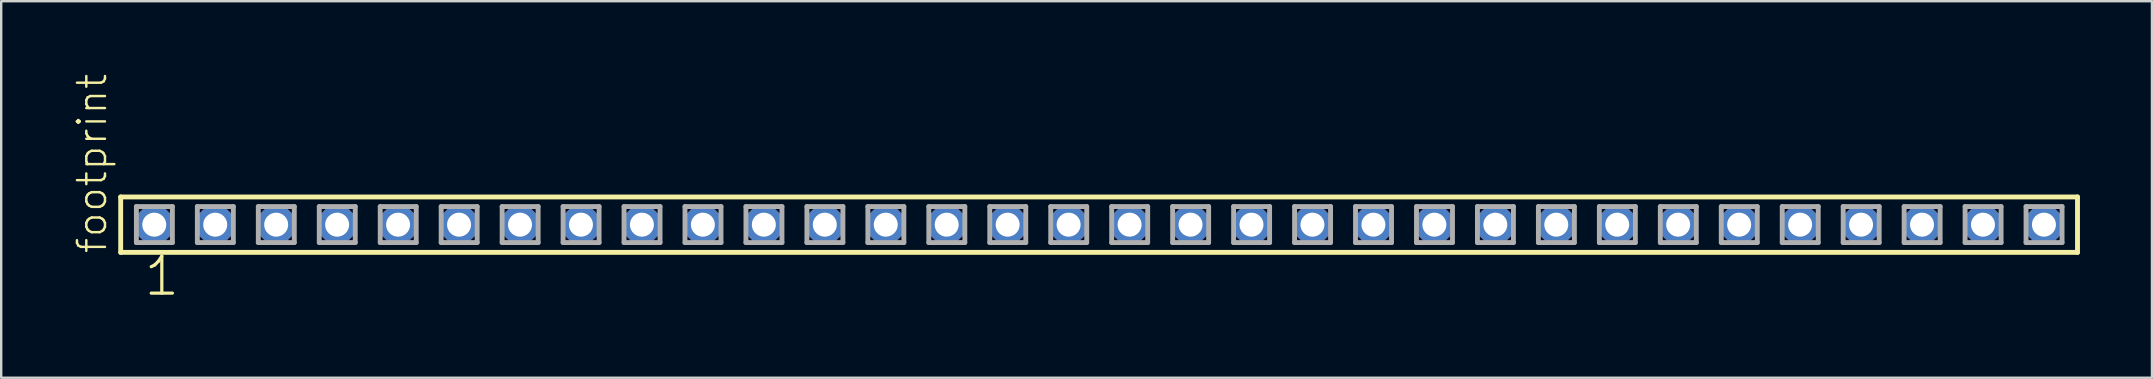
<source format=kicad_pcb>
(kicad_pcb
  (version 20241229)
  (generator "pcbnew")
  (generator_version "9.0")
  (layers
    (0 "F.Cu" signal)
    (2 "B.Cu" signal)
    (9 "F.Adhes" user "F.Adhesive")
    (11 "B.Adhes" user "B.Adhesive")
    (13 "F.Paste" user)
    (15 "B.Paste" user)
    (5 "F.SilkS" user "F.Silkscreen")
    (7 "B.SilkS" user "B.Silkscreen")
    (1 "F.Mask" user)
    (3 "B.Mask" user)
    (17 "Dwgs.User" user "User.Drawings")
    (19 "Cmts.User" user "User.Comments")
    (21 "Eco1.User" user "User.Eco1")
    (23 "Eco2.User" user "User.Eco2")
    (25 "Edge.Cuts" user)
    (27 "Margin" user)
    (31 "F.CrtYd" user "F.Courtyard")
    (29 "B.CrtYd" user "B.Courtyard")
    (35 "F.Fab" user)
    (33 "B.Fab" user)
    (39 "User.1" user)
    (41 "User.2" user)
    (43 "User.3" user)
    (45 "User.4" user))
  (footprint "footprint"
    (layer "F.Cu")
    (at 42.748 6.312)
    (property "Reference" "footprint" (at -41.275 1.27 90) (layer "F.SilkS") (effects (font (size 1.168 1.168) (thickness 0.102)) (justify left bottom)))
    (fp_line (start -40.769 -1.155) (end 40.769 -1.155) (stroke (width 0.203) (type solid)) (layer "F.SilkS"))
    (fp_line (start -40.769 1.155) (end -40.769 -1.155) (stroke (width 0.203) (type solid)) (layer "F.SilkS"))
    (fp_line (start 40.769 -1.155) (end 40.769 1.155) (stroke (width 0.203) (type solid)) (layer "F.SilkS"))
    (fp_line (start 40.769 1.155) (end -40.769 1.155) (stroke (width 0.203) (type solid)) (layer "F.SilkS"))
    (fp_line (start -40.115 -0.755) (end -38.615 -0.755) (stroke (width 0.203) (type solid)) (layer "F.Fab"))
    (fp_line (start -40.115 0.745) (end -40.115 -0.755) (stroke (width 0.203) (type solid)) (layer "F.Fab"))
    (fp_line (start -38.615 -0.755) (end -38.615 0.745) (stroke (width 0.203) (type solid)) (layer "F.Fab"))
    (fp_line (start -38.615 0.745) (end -40.115 0.745) (stroke (width 0.203) (type solid)) (layer "F.Fab"))
    (fp_line (start -37.575 -0.755) (end -36.075 -0.755) (stroke (width 0.203) (type solid)) (layer "F.Fab"))
    (fp_line (start -37.575 0.745) (end -37.575 -0.755) (stroke (width 0.203) (type solid)) (layer "F.Fab"))
    (fp_line (start -36.075 -0.755) (end -36.075 0.745) (stroke (width 0.203) (type solid)) (layer "F.Fab"))
    (fp_line (start -36.075 0.745) (end -37.575 0.745) (stroke (width 0.203) (type solid)) (layer "F.Fab"))
    (fp_line (start -35.035 -0.755) (end -33.535 -0.755) (stroke (width 0.203) (type solid)) (layer "F.Fab"))
    (fp_line (start -35.035 0.745) (end -35.035 -0.755) (stroke (width 0.203) (type solid)) (layer "F.Fab"))
    (fp_line (start -33.535 -0.755) (end -33.535 0.745) (stroke (width 0.203) (type solid)) (layer "F.Fab"))
    (fp_line (start -33.535 0.745) (end -35.035 0.745) (stroke (width 0.203) (type solid)) (layer "F.Fab"))
    (fp_line (start -32.495 -0.755) (end -30.995 -0.755) (stroke (width 0.203) (type solid)) (layer "F.Fab"))
    (fp_line (start -32.495 0.745) (end -32.495 -0.755) (stroke (width 0.203) (type solid)) (layer "F.Fab"))
    (fp_line (start -30.995 -0.755) (end -30.995 0.745) (stroke (width 0.203) (type solid)) (layer "F.Fab"))
    (fp_line (start -30.995 0.745) (end -32.495 0.745) (stroke (width 0.203) (type solid)) (layer "F.Fab"))
    (fp_line (start -29.955 -0.755) (end -28.455 -0.755) (stroke (width 0.203) (type solid)) (layer "F.Fab"))
    (fp_line (start -29.955 0.745) (end -29.955 -0.755) (stroke (width 0.203) (type solid)) (layer "F.Fab"))
    (fp_line (start -28.455 -0.755) (end -28.455 0.745) (stroke (width 0.203) (type solid)) (layer "F.Fab"))
    (fp_line (start -28.455 0.745) (end -29.955 0.745) (stroke (width 0.203) (type solid)) (layer "F.Fab"))
    (fp_line (start -27.415 -0.755) (end -25.915 -0.755) (stroke (width 0.203) (type solid)) (layer "F.Fab"))
    (fp_line (start -27.415 0.745) (end -27.415 -0.755) (stroke (width 0.203) (type solid)) (layer "F.Fab"))
    (fp_line (start -25.915 -0.755) (end -25.915 0.745) (stroke (width 0.203) (type solid)) (layer "F.Fab"))
    (fp_line (start -25.915 0.745) (end -27.415 0.745) (stroke (width 0.203) (type solid)) (layer "F.Fab"))
    (fp_line (start -24.875 -0.755) (end -23.375 -0.755) (stroke (width 0.203) (type solid)) (layer "F.Fab"))
    (fp_line (start -24.875 0.745) (end -24.875 -0.755) (stroke (width 0.203) (type solid)) (layer "F.Fab"))
    (fp_line (start -23.375 -0.755) (end -23.375 0.745) (stroke (width 0.203) (type solid)) (layer "F.Fab"))
    (fp_line (start -23.375 0.745) (end -24.875 0.745) (stroke (width 0.203) (type solid)) (layer "F.Fab"))
    (fp_line (start -22.335 -0.755) (end -20.835 -0.755) (stroke (width 0.203) (type solid)) (layer "F.Fab"))
    (fp_line (start -22.335 0.745) (end -22.335 -0.755) (stroke (width 0.203) (type solid)) (layer "F.Fab"))
    (fp_line (start -20.835 -0.755) (end -20.835 0.745) (stroke (width 0.203) (type solid)) (layer "F.Fab"))
    (fp_line (start -20.835 0.745) (end -22.335 0.745) (stroke (width 0.203) (type solid)) (layer "F.Fab"))
    (fp_line (start -19.795 -0.755) (end -18.295 -0.755) (stroke (width 0.203) (type solid)) (layer "F.Fab"))
    (fp_line (start -19.795 0.745) (end -19.795 -0.755) (stroke (width 0.203) (type solid)) (layer "F.Fab"))
    (fp_line (start -18.295 -0.755) (end -18.295 0.745) (stroke (width 0.203) (type solid)) (layer "F.Fab"))
    (fp_line (start -18.295 0.745) (end -19.795 0.745) (stroke (width 0.203) (type solid)) (layer "F.Fab"))
    (fp_line (start -17.255 -0.755) (end -15.755 -0.755) (stroke (width 0.203) (type solid)) (layer "F.Fab"))
    (fp_line (start -17.255 0.745) (end -17.255 -0.755) (stroke (width 0.203) (type solid)) (layer "F.Fab"))
    (fp_line (start -15.755 -0.755) (end -15.755 0.745) (stroke (width 0.203) (type solid)) (layer "F.Fab"))
    (fp_line (start -15.755 0.745) (end -17.255 0.745) (stroke (width 0.203) (type solid)) (layer "F.Fab"))
    (fp_line (start -14.715 -0.755) (end -13.215 -0.755) (stroke (width 0.203) (type solid)) (layer "F.Fab"))
    (fp_line (start -14.715 0.745) (end -14.715 -0.755) (stroke (width 0.203) (type solid)) (layer "F.Fab"))
    (fp_line (start -13.215 -0.755) (end -13.215 0.745) (stroke (width 0.203) (type solid)) (layer "F.Fab"))
    (fp_line (start -13.215 0.745) (end -14.715 0.745) (stroke (width 0.203) (type solid)) (layer "F.Fab"))
    (fp_line (start -12.175 -0.755) (end -10.675 -0.755) (stroke (width 0.203) (type solid)) (layer "F.Fab"))
    (fp_line (start -12.175 0.745) (end -12.175 -0.755) (stroke (width 0.203) (type solid)) (layer "F.Fab"))
    (fp_line (start -10.675 -0.755) (end -10.675 0.745) (stroke (width 0.203) (type solid)) (layer "F.Fab"))
    (fp_line (start -10.675 0.745) (end -12.175 0.745) (stroke (width 0.203) (type solid)) (layer "F.Fab"))
    (fp_line (start -9.635 -0.755) (end -8.135 -0.755) (stroke (width 0.203) (type solid)) (layer "F.Fab"))
    (fp_line (start -9.635 0.745) (end -9.635 -0.755) (stroke (width 0.203) (type solid)) (layer "F.Fab"))
    (fp_line (start -8.135 -0.755) (end -8.135 0.745) (stroke (width 0.203) (type solid)) (layer "F.Fab"))
    (fp_line (start -8.135 0.745) (end -9.635 0.745) (stroke (width 0.203) (type solid)) (layer "F.Fab"))
    (fp_line (start -7.095 -0.755) (end -5.595 -0.755) (stroke (width 0.203) (type solid)) (layer "F.Fab"))
    (fp_line (start -7.095 0.745) (end -7.095 -0.755) (stroke (width 0.203) (type solid)) (layer "F.Fab"))
    (fp_line (start -5.595 -0.755) (end -5.595 0.745) (stroke (width 0.203) (type solid)) (layer "F.Fab"))
    (fp_line (start -5.595 0.745) (end -7.095 0.745) (stroke (width 0.203) (type solid)) (layer "F.Fab"))
    (fp_line (start -4.555 -0.755) (end -3.055 -0.755) (stroke (width 0.203) (type solid)) (layer "F.Fab"))
    (fp_line (start -4.555 0.745) (end -4.555 -0.755) (stroke (width 0.203) (type solid)) (layer "F.Fab"))
    (fp_line (start -3.055 -0.755) (end -3.055 0.745) (stroke (width 0.203) (type solid)) (layer "F.Fab"))
    (fp_line (start -3.055 0.745) (end -4.555 0.745) (stroke (width 0.203) (type solid)) (layer "F.Fab"))
    (fp_line (start -2.015 -0.755) (end -0.515 -0.755) (stroke (width 0.203) (type solid)) (layer "F.Fab"))
    (fp_line (start -2.015 0.745) (end -2.015 -0.755) (stroke (width 0.203) (type solid)) (layer "F.Fab"))
    (fp_line (start -0.515 -0.755) (end -0.515 0.745) (stroke (width 0.203) (type solid)) (layer "F.Fab"))
    (fp_line (start -0.515 0.745) (end -2.015 0.745) (stroke (width 0.203) (type solid)) (layer "F.Fab"))
    (fp_line (start 0.525 -0.755) (end 2.025 -0.755) (stroke (width 0.203) (type solid)) (layer "F.Fab"))
    (fp_line (start 0.525 0.745) (end 0.525 -0.755) (stroke (width 0.203) (type solid)) (layer "F.Fab"))
    (fp_line (start 2.025 -0.755) (end 2.025 0.745) (stroke (width 0.203) (type solid)) (layer "F.Fab"))
    (fp_line (start 2.025 0.745) (end 0.525 0.745) (stroke (width 0.203) (type solid)) (layer "F.Fab"))
    (fp_line (start 3.065 -0.755) (end 4.565 -0.755) (stroke (width 0.203) (type solid)) (layer "F.Fab"))
    (fp_line (start 3.065 0.745) (end 3.065 -0.755) (stroke (width 0.203) (type solid)) (layer "F.Fab"))
    (fp_line (start 4.565 -0.755) (end 4.565 0.745) (stroke (width 0.203) (type solid)) (layer "F.Fab"))
    (fp_line (start 4.565 0.745) (end 3.065 0.745) (stroke (width 0.203) (type solid)) (layer "F.Fab"))
    (fp_line (start 5.605 -0.755) (end 7.105 -0.755) (stroke (width 0.203) (type solid)) (layer "F.Fab"))
    (fp_line (start 5.605 0.745) (end 5.605 -0.755) (stroke (width 0.203) (type solid)) (layer "F.Fab"))
    (fp_line (start 7.105 -0.755) (end 7.105 0.745) (stroke (width 0.203) (type solid)) (layer "F.Fab"))
    (fp_line (start 7.105 0.745) (end 5.605 0.745) (stroke (width 0.203) (type solid)) (layer "F.Fab"))
    (fp_line (start 8.145 -0.755) (end 9.645 -0.755) (stroke (width 0.203) (type solid)) (layer "F.Fab"))
    (fp_line (start 8.145 0.745) (end 8.145 -0.755) (stroke (width 0.203) (type solid)) (layer "F.Fab"))
    (fp_line (start 9.645 -0.755) (end 9.645 0.745) (stroke (width 0.203) (type solid)) (layer "F.Fab"))
    (fp_line (start 9.645 0.745) (end 8.145 0.745) (stroke (width 0.203) (type solid)) (layer "F.Fab"))
    (fp_line (start 10.685 -0.755) (end 12.185 -0.755) (stroke (width 0.203) (type solid)) (layer "F.Fab"))
    (fp_line (start 10.685 0.745) (end 10.685 -0.755) (stroke (width 0.203) (type solid)) (layer "F.Fab"))
    (fp_line (start 12.185 -0.755) (end 12.185 0.745) (stroke (width 0.203) (type solid)) (layer "F.Fab"))
    (fp_line (start 12.185 0.745) (end 10.685 0.745) (stroke (width 0.203) (type solid)) (layer "F.Fab"))
    (fp_line (start 13.225 -0.755) (end 14.725 -0.755) (stroke (width 0.203) (type solid)) (layer "F.Fab"))
    (fp_line (start 13.225 0.745) (end 13.225 -0.755) (stroke (width 0.203) (type solid)) (layer "F.Fab"))
    (fp_line (start 14.725 -0.755) (end 14.725 0.745) (stroke (width 0.203) (type solid)) (layer "F.Fab"))
    (fp_line (start 14.725 0.745) (end 13.225 0.745) (stroke (width 0.203) (type solid)) (layer "F.Fab"))
    (fp_line (start 15.765 -0.755) (end 17.265 -0.755) (stroke (width 0.203) (type solid)) (layer "F.Fab"))
    (fp_line (start 15.765 0.745) (end 15.765 -0.755) (stroke (width 0.203) (type solid)) (layer "F.Fab"))
    (fp_line (start 17.265 -0.755) (end 17.265 0.745) (stroke (width 0.203) (type solid)) (layer "F.Fab"))
    (fp_line (start 17.265 0.745) (end 15.765 0.745) (stroke (width 0.203) (type solid)) (layer "F.Fab"))
    (fp_line (start 18.305 -0.755) (end 19.805 -0.755) (stroke (width 0.203) (type solid)) (layer "F.Fab"))
    (fp_line (start 18.305 0.745) (end 18.305 -0.755) (stroke (width 0.203) (type solid)) (layer "F.Fab"))
    (fp_line (start 19.805 -0.755) (end 19.805 0.745) (stroke (width 0.203) (type solid)) (layer "F.Fab"))
    (fp_line (start 19.805 0.745) (end 18.305 0.745) (stroke (width 0.203) (type solid)) (layer "F.Fab"))
    (fp_line (start 20.845 -0.755) (end 22.345 -0.755) (stroke (width 0.203) (type solid)) (layer "F.Fab"))
    (fp_line (start 20.845 0.745) (end 20.845 -0.755) (stroke (width 0.203) (type solid)) (layer "F.Fab"))
    (fp_line (start 22.345 -0.755) (end 22.345 0.745) (stroke (width 0.203) (type solid)) (layer "F.Fab"))
    (fp_line (start 22.345 0.745) (end 20.845 0.745) (stroke (width 0.203) (type solid)) (layer "F.Fab"))
    (fp_line (start 23.385 -0.755) (end 24.885 -0.755) (stroke (width 0.203) (type solid)) (layer "F.Fab"))
    (fp_line (start 23.385 0.745) (end 23.385 -0.755) (stroke (width 0.203) (type solid)) (layer "F.Fab"))
    (fp_line (start 24.885 -0.755) (end 24.885 0.745) (stroke (width 0.203) (type solid)) (layer "F.Fab"))
    (fp_line (start 24.885 0.745) (end 23.385 0.745) (stroke (width 0.203) (type solid)) (layer "F.Fab"))
    (fp_line (start 25.925 -0.755) (end 27.425 -0.755) (stroke (width 0.203) (type solid)) (layer "F.Fab"))
    (fp_line (start 25.925 0.745) (end 25.925 -0.755) (stroke (width 0.203) (type solid)) (layer "F.Fab"))
    (fp_line (start 27.425 -0.755) (end 27.425 0.745) (stroke (width 0.203) (type solid)) (layer "F.Fab"))
    (fp_line (start 27.425 0.745) (end 25.925 0.745) (stroke (width 0.203) (type solid)) (layer "F.Fab"))
    (fp_line (start 28.465 -0.755) (end 29.965 -0.755) (stroke (width 0.203) (type solid)) (layer "F.Fab"))
    (fp_line (start 28.465 0.745) (end 28.465 -0.755) (stroke (width 0.203) (type solid)) (layer "F.Fab"))
    (fp_line (start 29.965 -0.755) (end 29.965 0.745) (stroke (width 0.203) (type solid)) (layer "F.Fab"))
    (fp_line (start 29.965 0.745) (end 28.465 0.745) (stroke (width 0.203) (type solid)) (layer "F.Fab"))
    (fp_line (start 31.005 -0.755) (end 32.505 -0.755) (stroke (width 0.203) (type solid)) (layer "F.Fab"))
    (fp_line (start 31.005 0.745) (end 31.005 -0.755) (stroke (width 0.203) (type solid)) (layer "F.Fab"))
    (fp_line (start 32.505 -0.755) (end 32.505 0.745) (stroke (width 0.203) (type solid)) (layer "F.Fab"))
    (fp_line (start 32.505 0.745) (end 31.005 0.745) (stroke (width 0.203) (type solid)) (layer "F.Fab"))
    (fp_line (start 33.545 -0.755) (end 35.045 -0.755) (stroke (width 0.203) (type solid)) (layer "F.Fab"))
    (fp_line (start 33.545 0.745) (end 33.545 -0.755) (stroke (width 0.203) (type solid)) (layer "F.Fab"))
    (fp_line (start 35.045 -0.755) (end 35.045 0.745) (stroke (width 0.203) (type solid)) (layer "F.Fab"))
    (fp_line (start 35.045 0.745) (end 33.545 0.745) (stroke (width 0.203) (type solid)) (layer "F.Fab"))
    (fp_line (start 36.085 -0.755) (end 37.585 -0.755) (stroke (width 0.203) (type solid)) (layer "F.Fab"))
    (fp_line (start 36.085 0.745) (end 36.085 -0.755) (stroke (width 0.203) (type solid)) (layer "F.Fab"))
    (fp_line (start 37.585 -0.755) (end 37.585 0.745) (stroke (width 0.203) (type solid)) (layer "F.Fab"))
    (fp_line (start 37.585 0.745) (end 36.085 0.745) (stroke (width 0.203) (type solid)) (layer "F.Fab"))
    (fp_line (start 38.625 -0.755) (end 40.125 -0.755) (stroke (width 0.203) (type solid)) (layer "F.Fab"))
    (fp_line (start 38.625 0.745) (end 38.625 -0.755) (stroke (width 0.203) (type solid)) (layer "F.Fab"))
    (fp_line (start 40.125 -0.755) (end 40.125 0.745) (stroke (width 0.203) (type solid)) (layer "F.Fab"))
    (fp_line (start 40.125 0.745) (end 38.625 0.745) (stroke (width 0.203) (type solid)) (layer "F.Fab"))
    (fp_text user "1" (at -39.878 3.048 0) (layer "F.SilkS") (effects (font (size 1.542 1.542) (thickness 0.134)) (justify left bottom)))
    (pad "1" thru_hole roundrect (at -39.37 0) (size 1.5 1.5) (drill 1) (layers "*.Cu" "*.Mask") (roundrect_rratio 0.25) (chamfer_ratio 0.25) (chamfer top_left top_right bottom_left bottom_right))
    (pad "2" thru_hole roundrect (at -36.83 0) (size 1.5 1.5) (drill 1) (layers "*.Cu" "*.Mask") (roundrect_rratio 0.25) (chamfer_ratio 0.25) (chamfer top_left top_right bottom_left bottom_right))
    (pad "3" thru_hole roundrect (at -34.29 0) (size 1.5 1.5) (drill 1) (layers "*.Cu" "*.Mask") (roundrect_rratio 0.25) (chamfer_ratio 0.25) (chamfer top_left top_right bottom_left bottom_right))
    (pad "4" thru_hole roundrect (at -31.75 0) (size 1.5 1.5) (drill 1) (layers "*.Cu" "*.Mask") (roundrect_rratio 0.25) (chamfer_ratio 0.25) (chamfer top_left top_right bottom_left bottom_right))
    (pad "5" thru_hole roundrect (at -29.21 0) (size 1.5 1.5) (drill 1) (layers "*.Cu" "*.Mask") (roundrect_rratio 0.25) (chamfer_ratio 0.25) (chamfer top_left top_right bottom_left bottom_right))
    (pad "6" thru_hole roundrect (at -26.67 0) (size 1.5 1.5) (drill 1) (layers "*.Cu" "*.Mask") (roundrect_rratio 0.25) (chamfer_ratio 0.25) (chamfer top_left top_right bottom_left bottom_right))
    (pad "7" thru_hole roundrect (at -24.13 0) (size 1.5 1.5) (drill 1) (layers "*.Cu" "*.Mask") (roundrect_rratio 0.25) (chamfer_ratio 0.25) (chamfer top_left top_right bottom_left bottom_right))
    (pad "8" thru_hole roundrect (at -21.59 0) (size 1.5 1.5) (drill 1) (layers "*.Cu" "*.Mask") (roundrect_rratio 0.25) (chamfer_ratio 0.25) (chamfer top_left top_right bottom_left bottom_right))
    (pad "9" thru_hole roundrect (at -19.05 0) (size 1.5 1.5) (drill 1) (layers "*.Cu" "*.Mask") (roundrect_rratio 0.25) (chamfer_ratio 0.25) (chamfer top_left top_right bottom_left bottom_right))
    (pad "10" thru_hole roundrect (at -16.51 0) (size 1.5 1.5) (drill 1) (layers "*.Cu" "*.Mask") (roundrect_rratio 0.25) (chamfer_ratio 0.25) (chamfer top_left top_right bottom_left bottom_right))
    (pad "11" thru_hole roundrect (at -13.97 0) (size 1.5 1.5) (drill 1) (layers "*.Cu" "*.Mask") (roundrect_rratio 0.25) (chamfer_ratio 0.25) (chamfer top_left top_right bottom_left bottom_right))
    (pad "12" thru_hole roundrect (at -11.43 0) (size 1.5 1.5) (drill 1) (layers "*.Cu" "*.Mask") (roundrect_rratio 0.25) (chamfer_ratio 0.25) (chamfer top_left top_right bottom_left bottom_right))
    (pad "13" thru_hole roundrect (at -8.89 0) (size 1.5 1.5) (drill 1) (layers "*.Cu" "*.Mask") (roundrect_rratio 0.25) (chamfer_ratio 0.25) (chamfer top_left top_right bottom_left bottom_right))
    (pad "14" thru_hole roundrect (at -6.35 0) (size 1.5 1.5) (drill 1) (layers "*.Cu" "*.Mask") (roundrect_rratio 0.25) (chamfer_ratio 0.25) (chamfer top_left top_right bottom_left bottom_right))
    (pad "15" thru_hole roundrect (at -3.81 0) (size 1.5 1.5) (drill 1) (layers "*.Cu" "*.Mask") (roundrect_rratio 0.25) (chamfer_ratio 0.25) (chamfer top_left top_right bottom_left bottom_right))
    (pad "16" thru_hole roundrect (at -1.27 0) (size 1.5 1.5) (drill 1) (layers "*.Cu" "*.Mask") (roundrect_rratio 0.25) (chamfer_ratio 0.25) (chamfer top_left top_right bottom_left bottom_right))
    (pad "17" thru_hole roundrect (at 1.27 0) (size 1.5 1.5) (drill 1) (layers "*.Cu" "*.Mask") (roundrect_rratio 0.25) (chamfer_ratio 0.25) (chamfer top_left top_right bottom_left bottom_right))
    (pad "18" thru_hole roundrect (at 3.81 0) (size 1.5 1.5) (drill 1) (layers "*.Cu" "*.Mask") (roundrect_rratio 0.25) (chamfer_ratio 0.25) (chamfer top_left top_right bottom_left bottom_right))
    (pad "19" thru_hole roundrect (at 6.35 0) (size 1.5 1.5) (drill 1) (layers "*.Cu" "*.Mask") (roundrect_rratio 0.25) (chamfer_ratio 0.25) (chamfer top_left top_right bottom_left bottom_right))
    (pad "20" thru_hole roundrect (at 8.89 0) (size 1.5 1.5) (drill 1) (layers "*.Cu" "*.Mask") (roundrect_rratio 0.25) (chamfer_ratio 0.25) (chamfer top_left top_right bottom_left bottom_right))
    (pad "21" thru_hole roundrect (at 11.43 0) (size 1.5 1.5) (drill 1) (layers "*.Cu" "*.Mask") (roundrect_rratio 0.25) (chamfer_ratio 0.25) (chamfer top_left top_right bottom_left bottom_right))
    (pad "22" thru_hole roundrect (at 13.97 0) (size 1.5 1.5) (drill 1) (layers "*.Cu" "*.Mask") (roundrect_rratio 0.25) (chamfer_ratio 0.25) (chamfer top_left top_right bottom_left bottom_right))
    (pad "23" thru_hole roundrect (at 16.51 0) (size 1.5 1.5) (drill 1) (layers "*.Cu" "*.Mask") (roundrect_rratio 0.25) (chamfer_ratio 0.25) (chamfer top_left top_right bottom_left bottom_right))
    (pad "24" thru_hole roundrect (at 19.05 0) (size 1.5 1.5) (drill 1) (layers "*.Cu" "*.Mask") (roundrect_rratio 0.25) (chamfer_ratio 0.25) (chamfer top_left top_right bottom_left bottom_right))
    (pad "25" thru_hole roundrect (at 21.59 0) (size 1.5 1.5) (drill 1) (layers "*.Cu" "*.Mask") (roundrect_rratio 0.25) (chamfer_ratio 0.25) (chamfer top_left top_right bottom_left bottom_right))
    (pad "26" thru_hole roundrect (at 24.13 0) (size 1.5 1.5) (drill 1) (layers "*.Cu" "*.Mask") (roundrect_rratio 0.25) (chamfer_ratio 0.25) (chamfer top_left top_right bottom_left bottom_right))
    (pad "27" thru_hole roundrect (at 26.67 0) (size 1.5 1.5) (drill 1) (layers "*.Cu" "*.Mask") (roundrect_rratio 0.25) (chamfer_ratio 0.25) (chamfer top_left top_right bottom_left bottom_right))
    (pad "28" thru_hole roundrect (at 29.21 0) (size 1.5 1.5) (drill 1) (layers "*.Cu" "*.Mask") (roundrect_rratio 0.25) (chamfer_ratio 0.25) (chamfer top_left top_right bottom_left bottom_right))
    (pad "29" thru_hole roundrect (at 31.75 0) (size 1.5 1.5) (drill 1) (layers "*.Cu" "*.Mask") (roundrect_rratio 0.25) (chamfer_ratio 0.25) (chamfer top_left top_right bottom_left bottom_right))
    (pad "30" thru_hole roundrect (at 34.29 0) (size 1.5 1.5) (drill 1) (layers "*.Cu" "*.Mask") (roundrect_rratio 0.25) (chamfer_ratio 0.25) (chamfer top_left top_right bottom_left bottom_right))
    (pad "31" thru_hole roundrect (at 36.83 0) (size 1.5 1.5) (drill 1) (layers "*.Cu" "*.Mask") (roundrect_rratio 0.25) (chamfer_ratio 0.25) (chamfer top_left top_right bottom_left bottom_right))
    (pad "32" thru_hole roundrect (at 39.37 0) (size 1.5 1.5) (drill 1) (layers "*.Cu" "*.Mask") (roundrect_rratio 0.25) (chamfer_ratio 0.25) (chamfer top_left top_right bottom_left bottom_right)))
  (gr_rect
    (start -3 -3)
    (end 86.619 12.691)
    (stroke (width 0.1) (type default))
    (fill no)
    (layer "Edge.Cuts")))
</source>
